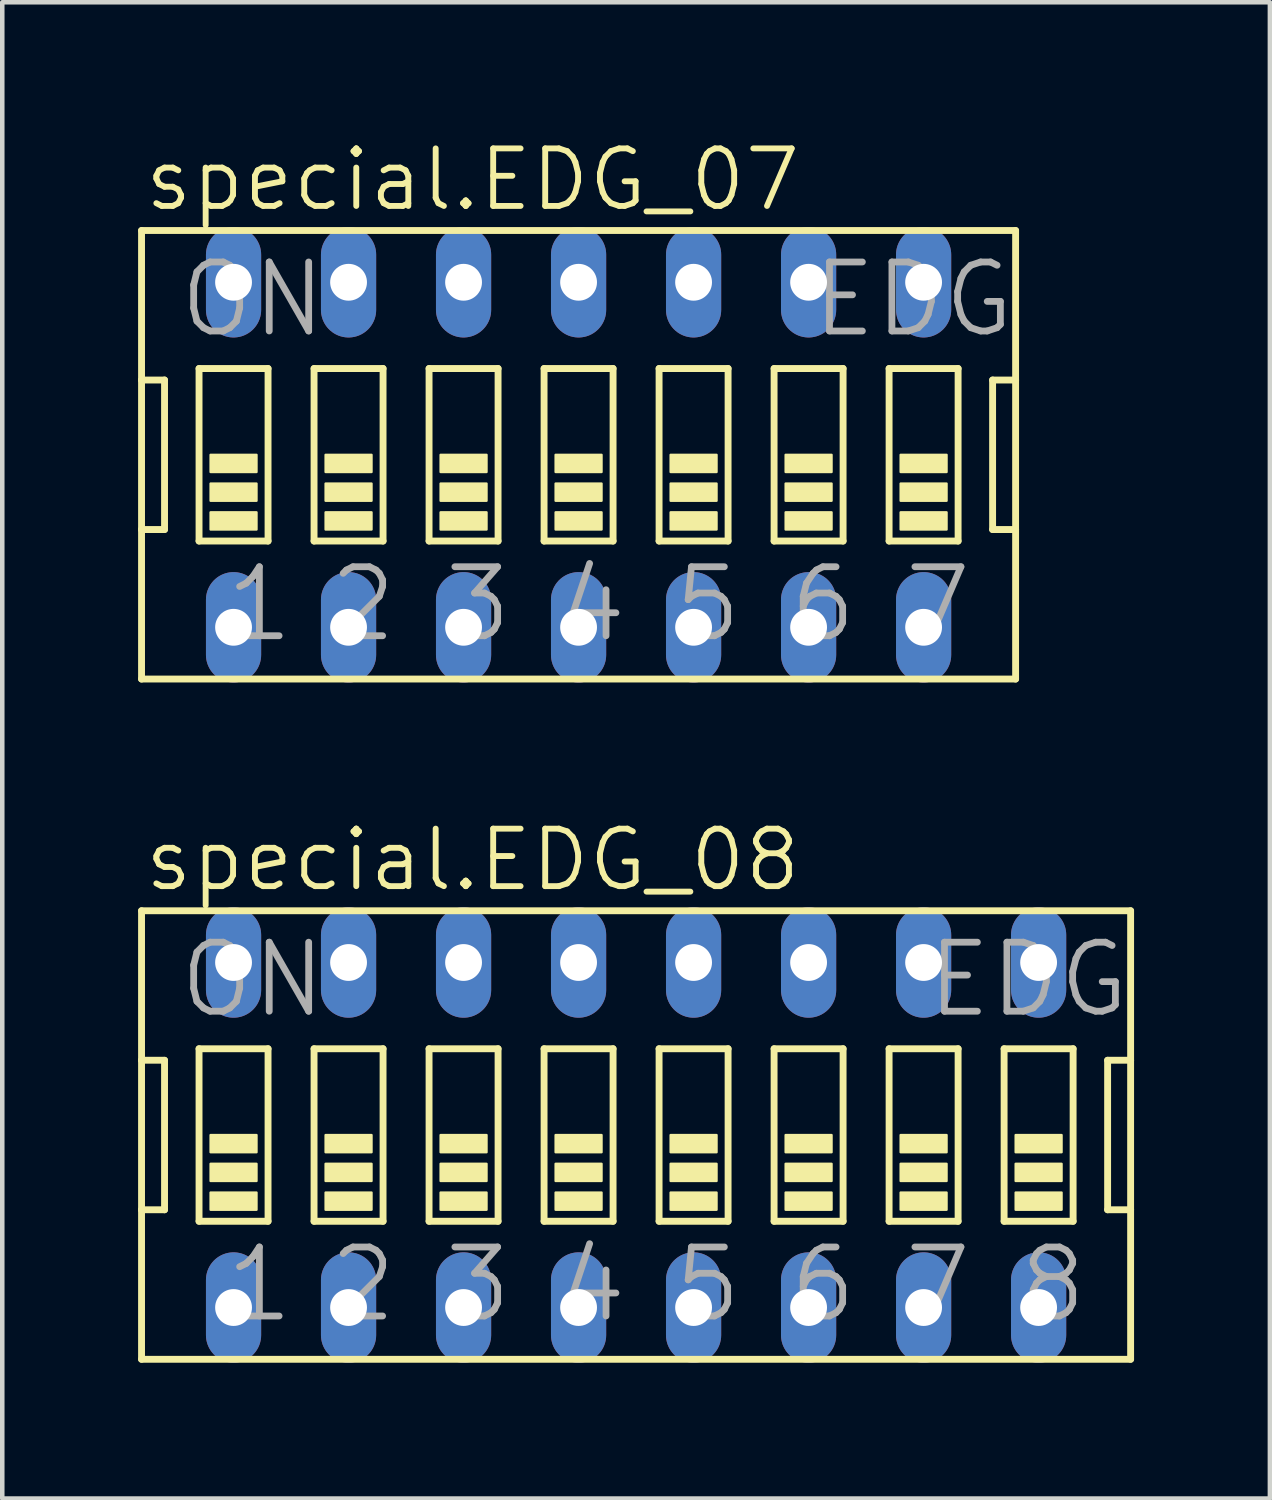
<source format=kicad_pcb>
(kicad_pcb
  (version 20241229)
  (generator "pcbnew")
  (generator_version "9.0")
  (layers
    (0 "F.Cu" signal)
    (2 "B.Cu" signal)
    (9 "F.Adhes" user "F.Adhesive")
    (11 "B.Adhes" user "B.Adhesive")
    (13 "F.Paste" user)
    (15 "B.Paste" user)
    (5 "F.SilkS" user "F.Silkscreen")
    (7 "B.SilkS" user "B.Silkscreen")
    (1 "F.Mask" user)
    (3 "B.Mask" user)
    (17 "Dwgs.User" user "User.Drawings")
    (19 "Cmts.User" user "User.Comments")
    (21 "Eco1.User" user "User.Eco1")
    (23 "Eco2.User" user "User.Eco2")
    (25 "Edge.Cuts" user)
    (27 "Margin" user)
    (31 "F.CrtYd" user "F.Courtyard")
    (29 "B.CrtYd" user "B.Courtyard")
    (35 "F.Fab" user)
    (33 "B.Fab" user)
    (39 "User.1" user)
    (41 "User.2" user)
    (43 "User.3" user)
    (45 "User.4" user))
  (footprint "special.EDG_07"
    (layer "F.Cu")
    (at 9.728 6.994)
    (property "Reference" "special.EDG_07" (at -9.652 -5.334 0) (layer "F.SilkS") (effects (font (size 1.27 1.27) (thickness 0.13)) (justify left bottom)))
    (attr through_hole)
    (fp_line (start -9.652 -4.953) (end -9.652 -1.651) (stroke (width 0.152) (type default)) (layer "F.SilkS"))
    (fp_line (start -9.652 -1.651) (end -9.652 1.651) (stroke (width 0.152) (type default)) (layer "F.SilkS"))
    (fp_line (start -9.652 1.651) (end -9.652 4.953) (stroke (width 0.152) (type default)) (layer "F.SilkS"))
    (fp_line (start -9.652 1.651) (end -9.144 1.651) (stroke (width 0.152) (type default)) (layer "F.SilkS"))
    (fp_line (start -9.652 4.953) (end 9.652 4.953) (stroke (width 0.152) (type default)) (layer "F.SilkS"))
    (fp_line (start -9.144 -1.651) (end -9.652 -1.651) (stroke (width 0.152) (type default)) (layer "F.SilkS"))
    (fp_line (start -9.144 1.651) (end -9.144 -1.651) (stroke (width 0.152) (type default)) (layer "F.SilkS"))
    (fp_line (start -8.382 -1.905) (end -8.382 1.905) (stroke (width 0.152) (type default)) (layer "F.SilkS"))
    (fp_line (start -8.382 -1.905) (end -6.858 -1.905) (stroke (width 0.152) (type default)) (layer "F.SilkS"))
    (fp_line (start -6.858 1.905) (end -8.382 1.905) (stroke (width 0.152) (type default)) (layer "F.SilkS"))
    (fp_line (start -6.858 1.905) (end -6.858 -1.905) (stroke (width 0.152) (type default)) (layer "F.SilkS"))
    (fp_line (start -5.842 -1.905) (end -5.842 1.905) (stroke (width 0.152) (type default)) (layer "F.SilkS"))
    (fp_line (start -5.842 -1.905) (end -4.318 -1.905) (stroke (width 0.152) (type default)) (layer "F.SilkS"))
    (fp_line (start -4.318 1.905) (end -5.842 1.905) (stroke (width 0.152) (type default)) (layer "F.SilkS"))
    (fp_line (start -4.318 1.905) (end -4.318 -1.905) (stroke (width 0.152) (type default)) (layer "F.SilkS"))
    (fp_line (start -3.302 -1.905) (end -3.302 1.905) (stroke (width 0.152) (type default)) (layer "F.SilkS"))
    (fp_line (start -3.302 -1.905) (end -1.778 -1.905) (stroke (width 0.152) (type default)) (layer "F.SilkS"))
    (fp_line (start -1.778 1.905) (end -3.302 1.905) (stroke (width 0.152) (type default)) (layer "F.SilkS"))
    (fp_line (start -1.778 1.905) (end -1.778 -1.905) (stroke (width 0.152) (type default)) (layer "F.SilkS"))
    (fp_line (start -0.762 -1.905) (end -0.762 1.905) (stroke (width 0.152) (type default)) (layer "F.SilkS"))
    (fp_line (start -0.762 -1.905) (end 0.762 -1.905) (stroke (width 0.152) (type default)) (layer "F.SilkS"))
    (fp_line (start 0.762 1.905) (end -0.762 1.905) (stroke (width 0.152) (type default)) (layer "F.SilkS"))
    (fp_line (start 0.762 1.905) (end 0.762 -1.905) (stroke (width 0.152) (type default)) (layer "F.SilkS"))
    (fp_line (start 1.778 -1.905) (end 1.778 1.905) (stroke (width 0.152) (type default)) (layer "F.SilkS"))
    (fp_line (start 1.778 -1.905) (end 3.302 -1.905) (stroke (width 0.152) (type default)) (layer "F.SilkS"))
    (fp_line (start 3.302 1.905) (end 1.778 1.905) (stroke (width 0.152) (type default)) (layer "F.SilkS"))
    (fp_line (start 3.302 1.905) (end 3.302 -1.905) (stroke (width 0.152) (type default)) (layer "F.SilkS"))
    (fp_line (start 4.318 -1.905) (end 4.318 1.905) (stroke (width 0.152) (type default)) (layer "F.SilkS"))
    (fp_line (start 4.318 -1.905) (end 5.842 -1.905) (stroke (width 0.152) (type default)) (layer "F.SilkS"))
    (fp_line (start 5.842 1.905) (end 4.318 1.905) (stroke (width 0.152) (type default)) (layer "F.SilkS"))
    (fp_line (start 5.842 1.905) (end 5.842 -1.905) (stroke (width 0.152) (type default)) (layer "F.SilkS"))
    (fp_line (start 6.858 -1.905) (end 6.858 1.905) (stroke (width 0.152) (type default)) (layer "F.SilkS"))
    (fp_line (start 6.858 -1.905) (end 8.382 -1.905) (stroke (width 0.152) (type default)) (layer "F.SilkS"))
    (fp_line (start 8.382 1.905) (end 6.858 1.905) (stroke (width 0.152) (type default)) (layer "F.SilkS"))
    (fp_line (start 8.382 1.905) (end 8.382 -1.905) (stroke (width 0.152) (type default)) (layer "F.SilkS"))
    (fp_line (start 9.144 -1.651) (end 9.144 1.651) (stroke (width 0.152) (type default)) (layer "F.SilkS"))
    (fp_line (start 9.144 1.651) (end 9.652 1.651) (stroke (width 0.152) (type default)) (layer "F.SilkS"))
    (fp_line (start 9.652 -4.953) (end -9.652 -4.953) (stroke (width 0.152) (type default)) (layer "F.SilkS"))
    (fp_line (start 9.652 -1.651) (end 9.144 -1.651) (stroke (width 0.152) (type default)) (layer "F.SilkS"))
    (fp_line (start 9.652 -1.651) (end 9.652 -4.953) (stroke (width 0.152) (type default)) (layer "F.SilkS"))
    (fp_line (start 9.652 1.651) (end 9.652 -1.651) (stroke (width 0.152) (type default)) (layer "F.SilkS"))
    (fp_line (start 9.652 4.953) (end 9.652 1.651) (stroke (width 0.152) (type default)) (layer "F.SilkS"))
    (fp_rect (start -8.128 0.381) (end -7.112 0) (stroke (width 0.05) (type default)) (fill yes) (layer "F.SilkS"))
    (fp_rect (start -8.128 1.016) (end -7.112 0.635) (stroke (width 0.05) (type default)) (fill yes) (layer "F.SilkS"))
    (fp_rect (start -8.128 1.651) (end -7.112 1.27) (stroke (width 0.05) (type default)) (fill yes) (layer "F.SilkS"))
    (fp_rect (start -5.588 0.381) (end -4.572 0) (stroke (width 0.05) (type default)) (fill yes) (layer "F.SilkS"))
    (fp_rect (start -5.588 1.016) (end -4.572 0.635) (stroke (width 0.05) (type default)) (fill yes) (layer "F.SilkS"))
    (fp_rect (start -5.588 1.651) (end -4.572 1.27) (stroke (width 0.05) (type default)) (fill yes) (layer "F.SilkS"))
    (fp_rect (start -3.048 0.381) (end -2.032 0) (stroke (width 0.05) (type default)) (fill yes) (layer "F.SilkS"))
    (fp_rect (start -3.048 1.016) (end -2.032 0.635) (stroke (width 0.05) (type default)) (fill yes) (layer "F.SilkS"))
    (fp_rect (start -3.048 1.651) (end -2.032 1.27) (stroke (width 0.05) (type default)) (fill yes) (layer "F.SilkS"))
    (fp_rect (start -0.508 0.381) (end 0.508 0) (stroke (width 0.05) (type default)) (fill yes) (layer "F.SilkS"))
    (fp_rect (start -0.508 1.016) (end 0.508 0.635) (stroke (width 0.05) (type default)) (fill yes) (layer "F.SilkS"))
    (fp_rect (start -0.508 1.651) (end 0.508 1.27) (stroke (width 0.05) (type default)) (fill yes) (layer "F.SilkS"))
    (fp_rect (start 2.032 0.381) (end 3.048 0) (stroke (width 0.05) (type default)) (fill yes) (layer "F.SilkS"))
    (fp_rect (start 2.032 1.016) (end 3.048 0.635) (stroke (width 0.05) (type default)) (fill yes) (layer "F.SilkS"))
    (fp_rect (start 2.032 1.651) (end 3.048 1.27) (stroke (width 0.05) (type default)) (fill yes) (layer "F.SilkS"))
    (fp_rect (start 4.572 0.381) (end 5.588 0) (stroke (width 0.05) (type default)) (fill yes) (layer "F.SilkS"))
    (fp_rect (start 4.572 1.016) (end 5.588 0.635) (stroke (width 0.05) (type default)) (fill yes) (layer "F.SilkS"))
    (fp_rect (start 4.572 1.651) (end 5.588 1.27) (stroke (width 0.05) (type default)) (fill yes) (layer "F.SilkS"))
    (fp_rect (start 7.112 0.381) (end 8.128 0) (stroke (width 0.05) (type default)) (fill yes) (layer "F.SilkS"))
    (fp_rect (start 7.112 1.016) (end 8.128 0.635) (stroke (width 0.05) (type default)) (fill yes) (layer "F.SilkS"))
    (fp_rect (start 7.112 1.651) (end 8.128 1.27) (stroke (width 0.05) (type default)) (fill yes) (layer "F.SilkS"))
    (fp_text user "3" (at -3.048 4.191 0) (layer "F.Fab") (effects (font (size 1.524 1.524) (thickness 0.15)) (justify left bottom)))
    (fp_text user "1" (at -7.874 4.191 0) (layer "F.Fab") (effects (font (size 1.524 1.524) (thickness 0.15)) (justify left bottom)))
    (fp_text user "EDG" (at 5.08 -2.54 0) (layer "F.Fab") (effects (font (size 1.524 1.524) (thickness 0.15)) (justify left bottom)))
    (fp_text user "7" (at 7.112 4.191 0) (layer "F.Fab") (effects (font (size 1.524 1.524) (thickness 0.15)) (justify left bottom)))
    (fp_text user "5" (at 2.032 4.191 0) (layer "F.Fab") (effects (font (size 1.524 1.524) (thickness 0.15)) (justify left bottom)))
    (fp_text user "6" (at 4.572 4.191 0) (layer "F.Fab") (effects (font (size 1.524 1.524) (thickness 0.15)) (justify left bottom)))
    (fp_text user "ON" (at -8.89 -2.54 0) (layer "F.Fab") (effects (font (size 1.524 1.524) (thickness 0.15)) (justify left bottom)))
    (fp_text user "4" (at -0.508 4.191 0) (layer "F.Fab") (effects (font (size 1.524 1.524) (thickness 0.15)) (justify left bottom)))
    (fp_text user "2" (at -5.588 4.191 0) (layer "F.Fab") (effects (font (size 1.524 1.524) (thickness 0.15)) (justify left bottom)))
    (pad "1" thru_hole oval (at -7.62 3.81 90) (size 2.438 1.219) (drill 0.813) (layers "*.Cu" "*.Mask"))
    (pad "2" thru_hole oval (at -5.08 3.81 90) (size 2.438 1.219) (drill 0.813) (layers "*.Cu" "*.Mask"))
    (pad "3" thru_hole oval (at -2.54 3.81 90) (size 2.438 1.219) (drill 0.813) (layers "*.Cu" "*.Mask"))
    (pad "4" thru_hole oval (at 0 3.81 90) (size 2.438 1.219) (drill 0.813) (layers "*.Cu" "*.Mask"))
    (pad "5" thru_hole oval (at 2.54 3.81 90) (size 2.438 1.219) (drill 0.813) (layers "*.Cu" "*.Mask"))
    (pad "6" thru_hole oval (at 5.08 3.81 90) (size 2.438 1.219) (drill 0.813) (layers "*.Cu" "*.Mask"))
    (pad "7" thru_hole oval (at 7.62 3.81 90) (size 2.438 1.219) (drill 0.813) (layers "*.Cu" "*.Mask"))
    (pad "8" thru_hole oval (at 7.62 -3.81 90) (size 2.438 1.219) (drill 0.813) (layers "*.Cu" "*.Mask"))
    (pad "9" thru_hole oval (at 5.08 -3.81 90) (size 2.438 1.219) (drill 0.813) (layers "*.Cu" "*.Mask"))
    (pad "10" thru_hole oval (at 2.54 -3.81 90) (size 2.438 1.219) (drill 0.813) (layers "*.Cu" "*.Mask"))
    (pad "11" thru_hole oval (at 0 -3.81 90) (size 2.438 1.219) (drill 0.813) (layers "*.Cu" "*.Mask"))
    (pad "12" thru_hole oval (at -2.54 -3.81 90) (size 2.438 1.219) (drill 0.813) (layers "*.Cu" "*.Mask"))
    (pad "13" thru_hole oval (at -5.08 -3.81 90) (size 2.438 1.219) (drill 0.813) (layers "*.Cu" "*.Mask"))
    (pad "14" thru_hole oval (at -7.62 -3.81 90) (size 2.438 1.219) (drill 0.813) (layers "*.Cu" "*.Mask")))
  (footprint "special.EDG_08"
    (layer "F.Cu")
    (at 10.998 22.017)
    (property "Reference" "special.EDG_08" (at -10.922 -5.334 0) (layer "F.SilkS") (effects (font (size 1.27 1.27) (thickness 0.13)) (justify left bottom)))
    (attr through_hole)
    (fp_line (start -10.922 -4.953) (end -10.922 -1.651) (stroke (width 0.152) (type default)) (layer "F.SilkS"))
    (fp_line (start -10.922 -1.651) (end -10.922 1.651) (stroke (width 0.152) (type default)) (layer "F.SilkS"))
    (fp_line (start -10.922 1.651) (end -10.922 4.953) (stroke (width 0.152) (type default)) (layer "F.SilkS"))
    (fp_line (start -10.922 1.651) (end -10.414 1.651) (stroke (width 0.152) (type default)) (layer "F.SilkS"))
    (fp_line (start -10.922 4.953) (end 10.922 4.953) (stroke (width 0.152) (type default)) (layer "F.SilkS"))
    (fp_line (start -10.414 -1.651) (end -10.922 -1.651) (stroke (width 0.152) (type default)) (layer "F.SilkS"))
    (fp_line (start -10.414 1.651) (end -10.414 -1.651) (stroke (width 0.152) (type default)) (layer "F.SilkS"))
    (fp_line (start -9.652 -1.905) (end -9.652 1.905) (stroke (width 0.152) (type default)) (layer "F.SilkS"))
    (fp_line (start -9.652 -1.905) (end -8.128 -1.905) (stroke (width 0.152) (type default)) (layer "F.SilkS"))
    (fp_line (start -8.128 1.905) (end -9.652 1.905) (stroke (width 0.152) (type default)) (layer "F.SilkS"))
    (fp_line (start -8.128 1.905) (end -8.128 -1.905) (stroke (width 0.152) (type default)) (layer "F.SilkS"))
    (fp_line (start -7.112 -1.905) (end -7.112 1.905) (stroke (width 0.152) (type default)) (layer "F.SilkS"))
    (fp_line (start -7.112 -1.905) (end -5.588 -1.905) (stroke (width 0.152) (type default)) (layer "F.SilkS"))
    (fp_line (start -5.588 1.905) (end -7.112 1.905) (stroke (width 0.152) (type default)) (layer "F.SilkS"))
    (fp_line (start -5.588 1.905) (end -5.588 -1.905) (stroke (width 0.152) (type default)) (layer "F.SilkS"))
    (fp_line (start -4.572 -1.905) (end -4.572 1.905) (stroke (width 0.152) (type default)) (layer "F.SilkS"))
    (fp_line (start -4.572 -1.905) (end -3.048 -1.905) (stroke (width 0.152) (type default)) (layer "F.SilkS"))
    (fp_line (start -3.048 1.905) (end -4.572 1.905) (stroke (width 0.152) (type default)) (layer "F.SilkS"))
    (fp_line (start -3.048 1.905) (end -3.048 -1.905) (stroke (width 0.152) (type default)) (layer "F.SilkS"))
    (fp_line (start -2.032 -1.905) (end -2.032 1.905) (stroke (width 0.152) (type default)) (layer "F.SilkS"))
    (fp_line (start -2.032 -1.905) (end -0.508 -1.905) (stroke (width 0.152) (type default)) (layer "F.SilkS"))
    (fp_line (start -0.508 1.905) (end -2.032 1.905) (stroke (width 0.152) (type default)) (layer "F.SilkS"))
    (fp_line (start -0.508 1.905) (end -0.508 -1.905) (stroke (width 0.152) (type default)) (layer "F.SilkS"))
    (fp_line (start 0.508 -1.905) (end 0.508 1.905) (stroke (width 0.152) (type default)) (layer "F.SilkS"))
    (fp_line (start 0.508 -1.905) (end 2.032 -1.905) (stroke (width 0.152) (type default)) (layer "F.SilkS"))
    (fp_line (start 2.032 1.905) (end 0.508 1.905) (stroke (width 0.152) (type default)) (layer "F.SilkS"))
    (fp_line (start 2.032 1.905) (end 2.032 -1.905) (stroke (width 0.152) (type default)) (layer "F.SilkS"))
    (fp_line (start 3.048 -1.905) (end 3.048 1.905) (stroke (width 0.152) (type default)) (layer "F.SilkS"))
    (fp_line (start 3.048 -1.905) (end 4.572 -1.905) (stroke (width 0.152) (type default)) (layer "F.SilkS"))
    (fp_line (start 4.572 1.905) (end 3.048 1.905) (stroke (width 0.152) (type default)) (layer "F.SilkS"))
    (fp_line (start 4.572 1.905) (end 4.572 -1.905) (stroke (width 0.152) (type default)) (layer "F.SilkS"))
    (fp_line (start 5.588 -1.905) (end 5.588 1.905) (stroke (width 0.152) (type default)) (layer "F.SilkS"))
    (fp_line (start 5.588 -1.905) (end 7.112 -1.905) (stroke (width 0.152) (type default)) (layer "F.SilkS"))
    (fp_line (start 7.112 1.905) (end 5.588 1.905) (stroke (width 0.152) (type default)) (layer "F.SilkS"))
    (fp_line (start 7.112 1.905) (end 7.112 -1.905) (stroke (width 0.152) (type default)) (layer "F.SilkS"))
    (fp_line (start 8.128 -1.905) (end 8.128 1.905) (stroke (width 0.152) (type default)) (layer "F.SilkS"))
    (fp_line (start 8.128 -1.905) (end 9.652 -1.905) (stroke (width 0.152) (type default)) (layer "F.SilkS"))
    (fp_line (start 9.652 1.905) (end 8.128 1.905) (stroke (width 0.152) (type default)) (layer "F.SilkS"))
    (fp_line (start 9.652 1.905) (end 9.652 -1.905) (stroke (width 0.152) (type default)) (layer "F.SilkS"))
    (fp_line (start 10.414 -1.651) (end 10.414 1.651) (stroke (width 0.152) (type default)) (layer "F.SilkS"))
    (fp_line (start 10.414 1.651) (end 10.922 1.651) (stroke (width 0.152) (type default)) (layer "F.SilkS"))
    (fp_line (start 10.922 -4.953) (end -10.922 -4.953) (stroke (width 0.152) (type default)) (layer "F.SilkS"))
    (fp_line (start 10.922 -1.651) (end 10.414 -1.651) (stroke (width 0.152) (type default)) (layer "F.SilkS"))
    (fp_line (start 10.922 -1.651) (end 10.922 -4.953) (stroke (width 0.152) (type default)) (layer "F.SilkS"))
    (fp_line (start 10.922 1.651) (end 10.922 -1.651) (stroke (width 0.152) (type default)) (layer "F.SilkS"))
    (fp_line (start 10.922 4.953) (end 10.922 1.651) (stroke (width 0.152) (type default)) (layer "F.SilkS"))
    (fp_rect (start -9.398 0.381) (end -8.382 0) (stroke (width 0.05) (type default)) (fill yes) (layer "F.SilkS"))
    (fp_rect (start -9.398 1.016) (end -8.382 0.635) (stroke (width 0.05) (type default)) (fill yes) (layer "F.SilkS"))
    (fp_rect (start -9.398 1.651) (end -8.382 1.27) (stroke (width 0.05) (type default)) (fill yes) (layer "F.SilkS"))
    (fp_rect (start -6.858 0.381) (end -5.842 0) (stroke (width 0.05) (type default)) (fill yes) (layer "F.SilkS"))
    (fp_rect (start -6.858 1.016) (end -5.842 0.635) (stroke (width 0.05) (type default)) (fill yes) (layer "F.SilkS"))
    (fp_rect (start -6.858 1.651) (end -5.842 1.27) (stroke (width 0.05) (type default)) (fill yes) (layer "F.SilkS"))
    (fp_rect (start -4.318 0.381) (end -3.302 0) (stroke (width 0.05) (type default)) (fill yes) (layer "F.SilkS"))
    (fp_rect (start -4.318 1.016) (end -3.302 0.635) (stroke (width 0.05) (type default)) (fill yes) (layer "F.SilkS"))
    (fp_rect (start -4.318 1.651) (end -3.302 1.27) (stroke (width 0.05) (type default)) (fill yes) (layer "F.SilkS"))
    (fp_rect (start -1.778 0.381) (end -0.762 0) (stroke (width 0.05) (type default)) (fill yes) (layer "F.SilkS"))
    (fp_rect (start -1.778 1.016) (end -0.762 0.635) (stroke (width 0.05) (type default)) (fill yes) (layer "F.SilkS"))
    (fp_rect (start -1.778 1.651) (end -0.762 1.27) (stroke (width 0.05) (type default)) (fill yes) (layer "F.SilkS"))
    (fp_rect (start 0.762 0.381) (end 1.778 0) (stroke (width 0.05) (type default)) (fill yes) (layer "F.SilkS"))
    (fp_rect (start 0.762 1.016) (end 1.778 0.635) (stroke (width 0.05) (type default)) (fill yes) (layer "F.SilkS"))
    (fp_rect (start 0.762 1.651) (end 1.778 1.27) (stroke (width 0.05) (type default)) (fill yes) (layer "F.SilkS"))
    (fp_rect (start 3.302 0.381) (end 4.318 0) (stroke (width 0.05) (type default)) (fill yes) (layer "F.SilkS"))
    (fp_rect (start 3.302 1.016) (end 4.318 0.635) (stroke (width 0.05) (type default)) (fill yes) (layer "F.SilkS"))
    (fp_rect (start 3.302 1.651) (end 4.318 1.27) (stroke (width 0.05) (type default)) (fill yes) (layer "F.SilkS"))
    (fp_rect (start 5.842 0.381) (end 6.858 0) (stroke (width 0.05) (type default)) (fill yes) (layer "F.SilkS"))
    (fp_rect (start 5.842 1.016) (end 6.858 0.635) (stroke (width 0.05) (type default)) (fill yes) (layer "F.SilkS"))
    (fp_rect (start 5.842 1.651) (end 6.858 1.27) (stroke (width 0.05) (type default)) (fill yes) (layer "F.SilkS"))
    (fp_rect (start 8.382 0.381) (end 9.398 0) (stroke (width 0.05) (type default)) (fill yes) (layer "F.SilkS"))
    (fp_rect (start 8.382 1.016) (end 9.398 0.635) (stroke (width 0.05) (type default)) (fill yes) (layer "F.SilkS"))
    (fp_rect (start 8.382 1.651) (end 9.398 1.27) (stroke (width 0.05) (type default)) (fill yes) (layer "F.SilkS"))
    (fp_text user "2" (at -6.858 4.191 0) (layer "F.Fab") (effects (font (size 1.524 1.524) (thickness 0.15)) (justify left bottom)))
    (fp_text user "EDG" (at 6.35 -2.54 0) (layer "F.Fab") (effects (font (size 1.524 1.524) (thickness 0.15)) (justify left bottom)))
    (fp_text user "5" (at 0.762 4.191 0) (layer "F.Fab") (effects (font (size 1.524 1.524) (thickness 0.15)) (justify left bottom)))
    (fp_text user "6" (at 3.302 4.191 0) (layer "F.Fab") (effects (font (size 1.524 1.524) (thickness 0.15)) (justify left bottom)))
    (fp_text user "1" (at -9.144 4.191 0) (layer "F.Fab") (effects (font (size 1.524 1.524) (thickness 0.15)) (justify left bottom)))
    (fp_text user "8" (at 8.382 4.191 0) (layer "F.Fab") (effects (font (size 1.524 1.524) (thickness 0.15)) (justify left bottom)))
    (fp_text user "3" (at -4.318 4.191 0) (layer "F.Fab") (effects (font (size 1.524 1.524) (thickness 0.15)) (justify left bottom)))
    (fp_text user "ON" (at -10.16 -2.54 0) (layer "F.Fab") (effects (font (size 1.524 1.524) (thickness 0.15)) (justify left bottom)))
    (fp_text user "4" (at -1.778 4.191 0) (layer "F.Fab") (effects (font (size 1.524 1.524) (thickness 0.15)) (justify left bottom)))
    (fp_text user "7" (at 5.842 4.191 0) (layer "F.Fab") (effects (font (size 1.524 1.524) (thickness 0.15)) (justify left bottom)))
    (pad "1" thru_hole oval (at -8.89 3.81 90) (size 2.438 1.219) (drill 0.813) (layers "*.Cu" "*.Mask"))
    (pad "2" thru_hole oval (at -6.35 3.81 90) (size 2.438 1.219) (drill 0.813) (layers "*.Cu" "*.Mask"))
    (pad "3" thru_hole oval (at -3.81 3.81 90) (size 2.438 1.219) (drill 0.813) (layers "*.Cu" "*.Mask"))
    (pad "4" thru_hole oval (at -1.27 3.81 90) (size 2.438 1.219) (drill 0.813) (layers "*.Cu" "*.Mask"))
    (pad "5" thru_hole oval (at 1.27 3.81 90) (size 2.438 1.219) (drill 0.813) (layers "*.Cu" "*.Mask"))
    (pad "6" thru_hole oval (at 3.81 3.81 90) (size 2.438 1.219) (drill 0.813) (layers "*.Cu" "*.Mask"))
    (pad "7" thru_hole oval (at 6.35 3.81 90) (size 2.438 1.219) (drill 0.813) (layers "*.Cu" "*.Mask"))
    (pad "8" thru_hole oval (at 8.89 3.81 90) (size 2.438 1.219) (drill 0.813) (layers "*.Cu" "*.Mask"))
    (pad "9" thru_hole oval (at 8.89 -3.81 90) (size 2.438 1.219) (drill 0.813) (layers "*.Cu" "*.Mask"))
    (pad "10" thru_hole oval (at 6.35 -3.81 90) (size 2.438 1.219) (drill 0.813) (layers "*.Cu" "*.Mask"))
    (pad "11" thru_hole oval (at 3.81 -3.81 90) (size 2.438 1.219) (drill 0.813) (layers "*.Cu" "*.Mask"))
    (pad "12" thru_hole oval (at 1.27 -3.81 90) (size 2.438 1.219) (drill 0.813) (layers "*.Cu" "*.Mask"))
    (pad "13" thru_hole oval (at -1.27 -3.81 90) (size 2.438 1.219) (drill 0.813) (layers "*.Cu" "*.Mask"))
    (pad "14" thru_hole oval (at -3.81 -3.81 90) (size 2.438 1.219) (drill 0.813) (layers "*.Cu" "*.Mask"))
    (pad "15" thru_hole oval (at -6.35 -3.81 90) (size 2.438 1.219) (drill 0.813) (layers "*.Cu" "*.Mask"))
    (pad "16" thru_hole oval (at -8.89 -3.81 90) (size 2.438 1.219) (drill 0.813) (layers "*.Cu" "*.Mask")))
  (gr_rect
    (start -3 -3)
    (end 24.996 30.046)
    (stroke (width 0.1) (type default))
    (fill no)
    (layer "Edge.Cuts")))
</source>
